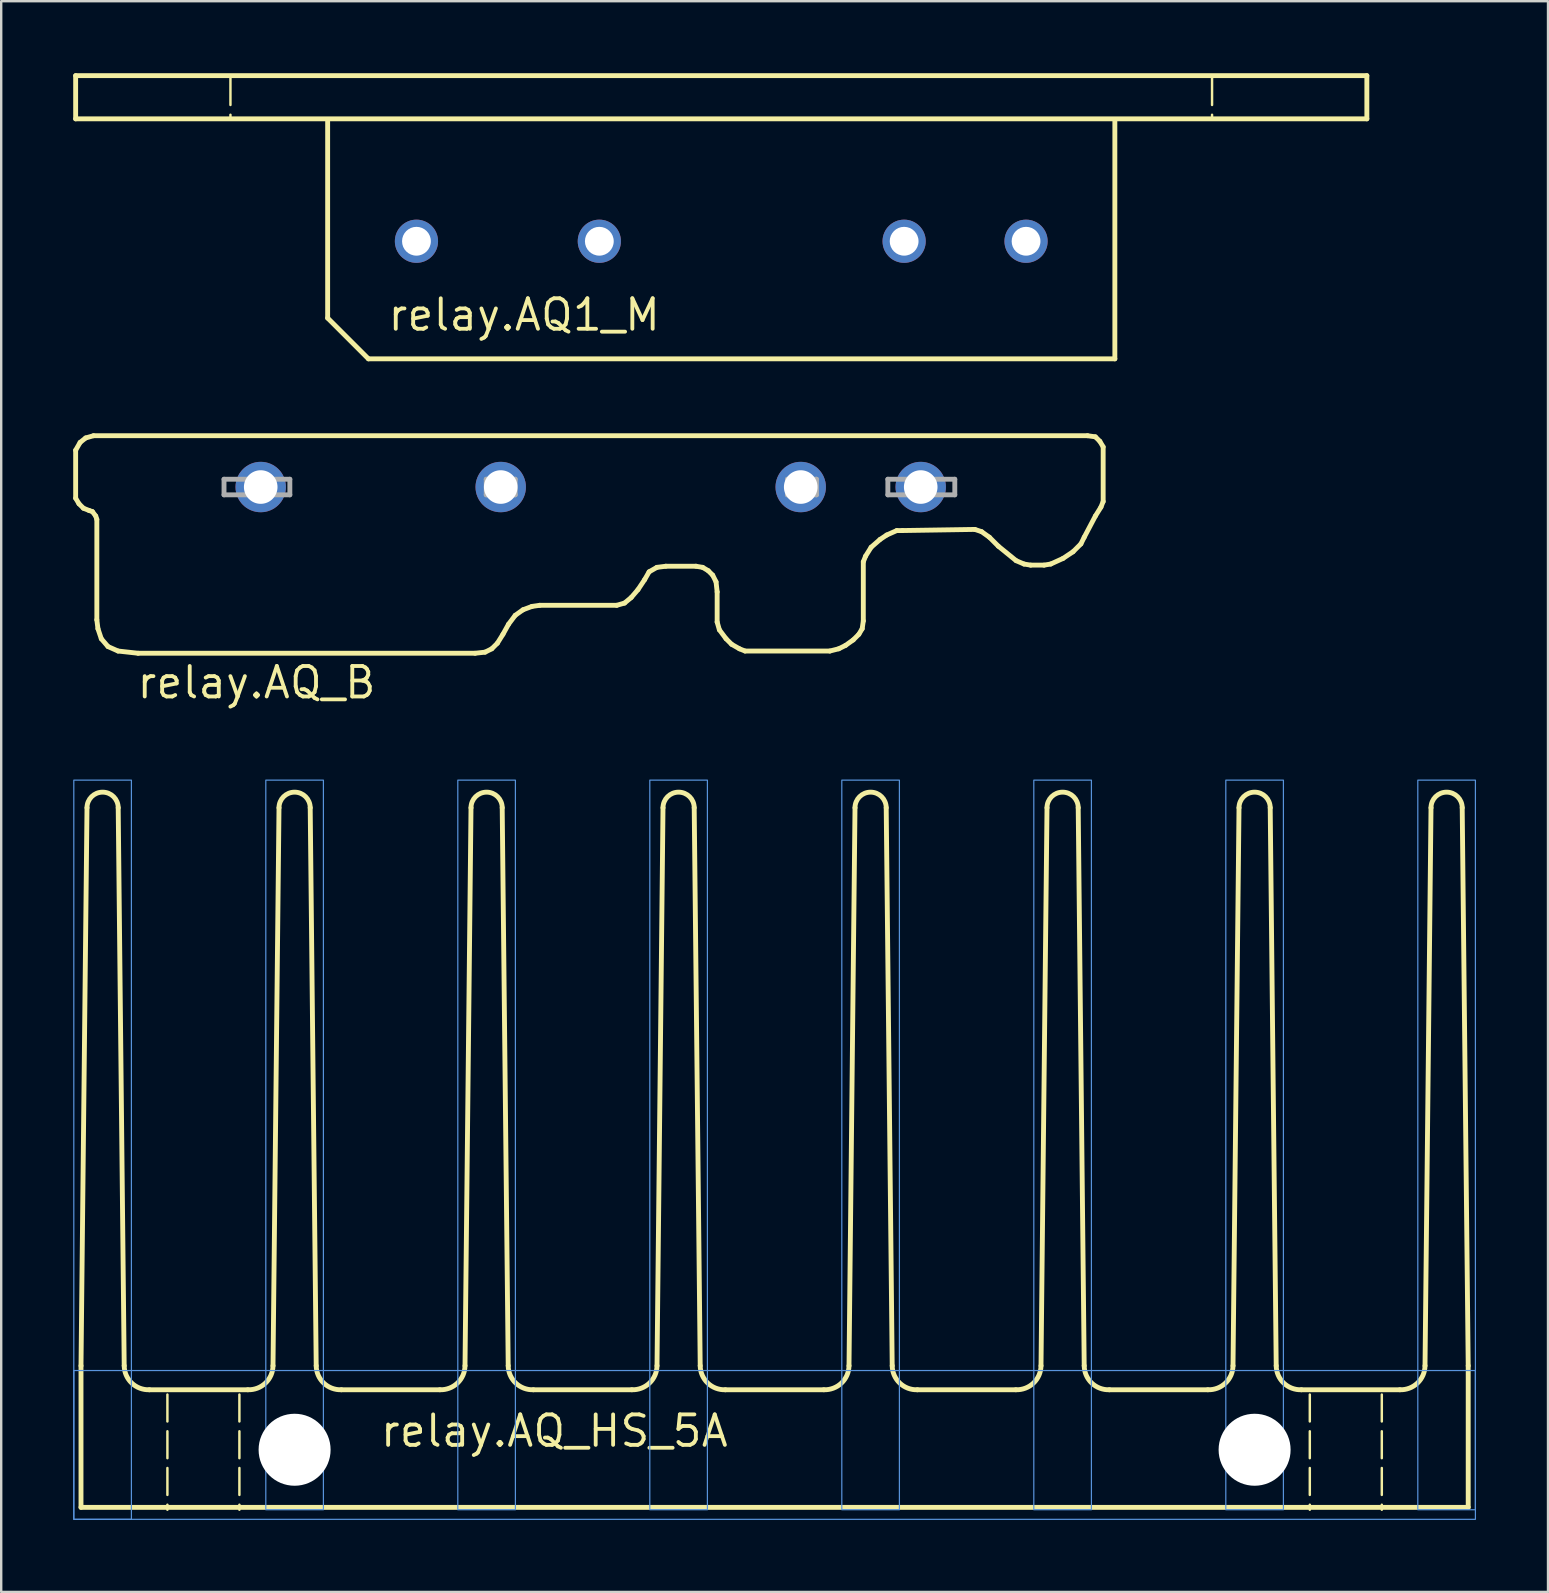
<source format=kicad_pcb>
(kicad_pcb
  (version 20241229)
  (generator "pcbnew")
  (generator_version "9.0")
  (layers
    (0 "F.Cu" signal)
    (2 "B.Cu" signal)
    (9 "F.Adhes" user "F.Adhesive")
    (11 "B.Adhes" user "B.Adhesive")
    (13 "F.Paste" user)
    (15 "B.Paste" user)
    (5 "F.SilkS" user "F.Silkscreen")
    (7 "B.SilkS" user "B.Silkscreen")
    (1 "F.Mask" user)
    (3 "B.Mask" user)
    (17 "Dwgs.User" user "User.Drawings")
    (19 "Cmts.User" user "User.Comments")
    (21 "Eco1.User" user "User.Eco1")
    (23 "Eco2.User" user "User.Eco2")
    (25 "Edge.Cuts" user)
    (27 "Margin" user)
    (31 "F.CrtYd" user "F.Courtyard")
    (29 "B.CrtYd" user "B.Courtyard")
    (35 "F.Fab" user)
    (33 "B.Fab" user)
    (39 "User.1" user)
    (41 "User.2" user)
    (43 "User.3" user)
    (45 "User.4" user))
  (footprint "relay.AQ_HS_5A"
    (layer "F.Cu")
    (at 29.225 59.856)
    (property "Reference" "relay.AQ_HS_5A" (at -16.51 -2.54 0) (layer "F.SilkS") (effects (font (size 1.27 1.27) (thickness 0.16)) (justify left bottom)))
    (fp_line (start -28.9 -6) (end -28.9 -0.1) (stroke (width 0.203) (type default)) (layer "F.SilkS"))
    (fp_line (start -28.9 -6) (end -28.65 -29.25) (stroke (width 0.203) (type default)) (layer "F.SilkS"))
    (fp_line (start -27.35 -29.25) (end -27.1 -6) (stroke (width 0.203) (type default)) (layer "F.SilkS"))
    (fp_line (start -26.05 -5) (end -21.95 -5) (stroke (width 0.203) (type default)) (layer "F.SilkS"))
    (fp_line (start -25.3 -4.8) (end -25.3 0) (stroke (width 0.102) (type dash)) (layer "F.SilkS"))
    (fp_line (start -22.3 -4.8) (end -22.3 0) (stroke (width 0.102) (type dash)) (layer "F.SilkS"))
    (fp_line (start -20.9 -6) (end -20.65 -29.25) (stroke (width 0.203) (type default)) (layer "F.SilkS"))
    (fp_line (start -19.35 -29.25) (end -19.1 -6) (stroke (width 0.203) (type default)) (layer "F.SilkS"))
    (fp_line (start -18.05 -5) (end -13.95 -5) (stroke (width 0.203) (type default)) (layer "F.SilkS"))
    (fp_line (start -12.9 -6) (end -12.65 -29.25) (stroke (width 0.203) (type default)) (layer "F.SilkS"))
    (fp_line (start -11.35 -29.25) (end -11.1 -6) (stroke (width 0.203) (type default)) (layer "F.SilkS"))
    (fp_line (start -10.05 -5) (end -5.95 -5) (stroke (width 0.203) (type default)) (layer "F.SilkS"))
    (fp_line (start -4.9 -6) (end -4.65 -29.25) (stroke (width 0.203) (type default)) (layer "F.SilkS"))
    (fp_line (start -3.35 -29.25) (end -3.1 -6) (stroke (width 0.203) (type default)) (layer "F.SilkS"))
    (fp_line (start -2.05 -5) (end 2.05 -5) (stroke (width 0.203) (type default)) (layer "F.SilkS"))
    (fp_line (start 3.1 -6) (end 3.35 -29.25) (stroke (width 0.203) (type default)) (layer "F.SilkS"))
    (fp_line (start 4.65 -29.25) (end 4.9 -6) (stroke (width 0.203) (type default)) (layer "F.SilkS"))
    (fp_line (start 5.95 -5) (end 10.05 -5) (stroke (width 0.203) (type default)) (layer "F.SilkS"))
    (fp_line (start 11.1 -6) (end 11.35 -29.25) (stroke (width 0.203) (type default)) (layer "F.SilkS"))
    (fp_line (start 12.65 -29.25) (end 12.9 -6) (stroke (width 0.203) (type default)) (layer "F.SilkS"))
    (fp_line (start 13.95 -5) (end 18.05 -5) (stroke (width 0.203) (type default)) (layer "F.SilkS"))
    (fp_line (start 19.1 -6) (end 19.35 -29.25) (stroke (width 0.203) (type default)) (layer "F.SilkS"))
    (fp_line (start 20.65 -29.25) (end 20.9 -6) (stroke (width 0.203) (type default)) (layer "F.SilkS"))
    (fp_line (start 21.95 -5) (end 26.05 -5) (stroke (width 0.203) (type default)) (layer "F.SilkS"))
    (fp_line (start 22.3 -4.8) (end 22.3 0) (stroke (width 0.102) (type dash)) (layer "F.SilkS"))
    (fp_line (start 25.3 -4.8) (end 25.3 0) (stroke (width 0.102) (type dash)) (layer "F.SilkS"))
    (fp_line (start 27.1 -6) (end 27.35 -29.25) (stroke (width 0.203) (type default)) (layer "F.SilkS"))
    (fp_line (start 28.65 -29.25) (end 28.9 -6) (stroke (width 0.203) (type default)) (layer "F.SilkS"))
    (fp_line (start 28.9 -6) (end 28.9 -0.1) (stroke (width 0.203) (type default)) (layer "F.SilkS"))
    (fp_line (start 28.9 -0.1) (end -28.9 -0.1) (stroke (width 0.203) (type default)) (layer "F.SilkS"))
    (fp_arc (start -28.65 -29.25) (mid -28 -29.893236) (end -27.35 -29.25) (stroke (width 0.2032) (type default)) (layer "F.SilkS"))
    (fp_arc (start -26.05 -5) (mid -26.786105 -5.27834) (end -27.1 -6) (stroke (width 0.2032) (type default)) (layer "F.SilkS"))
    (fp_arc (start -20.9 -6) (mid -21.213895 -5.27834) (end -21.95 -5) (stroke (width 0.2032) (type default)) (layer "F.SilkS"))
    (fp_arc (start -20.65 -29.25) (mid -20 -29.893236) (end -19.35 -29.25) (stroke (width 0.2032) (type default)) (layer "F.SilkS"))
    (fp_arc (start -18.05 -5) (mid -18.786105 -5.27834) (end -19.1 -6) (stroke (width 0.2032) (type default)) (layer "F.SilkS"))
    (fp_arc (start -12.9 -6) (mid -13.213895 -5.27834) (end -13.95 -5) (stroke (width 0.2032) (type default)) (layer "F.SilkS"))
    (fp_arc (start -12.65 -29.25) (mid -12 -29.893236) (end -11.35 -29.25) (stroke (width 0.2032) (type default)) (layer "F.SilkS"))
    (fp_arc (start -10.05 -5) (mid -10.786105 -5.27834) (end -11.1 -6) (stroke (width 0.2032) (type default)) (layer "F.SilkS"))
    (fp_arc (start -4.9 -6) (mid -5.213895 -5.27834) (end -5.95 -5) (stroke (width 0.2032) (type default)) (layer "F.SilkS"))
    (fp_arc (start -4.65 -29.25) (mid -4 -29.893236) (end -3.35 -29.25) (stroke (width 0.2032) (type default)) (layer "F.SilkS"))
    (fp_arc (start -2.05 -5) (mid -2.786105 -5.27834) (end -3.1 -6) (stroke (width 0.2032) (type default)) (layer "F.SilkS"))
    (fp_arc (start 3.1 -6) (mid 2.786105 -5.27834) (end 2.05 -5) (stroke (width 0.2032) (type default)) (layer "F.SilkS"))
    (fp_arc (start 3.35 -29.25) (mid 4 -29.893236) (end 4.65 -29.25) (stroke (width 0.2032) (type default)) (layer "F.SilkS"))
    (fp_arc (start 5.95 -5) (mid 5.213895 -5.27834) (end 4.9 -6) (stroke (width 0.2032) (type default)) (layer "F.SilkS"))
    (fp_arc (start 11.1 -6) (mid 10.786105 -5.27834) (end 10.05 -5) (stroke (width 0.2032) (type default)) (layer "F.SilkS"))
    (fp_arc (start 11.35 -29.25) (mid 12 -29.893236) (end 12.65 -29.25) (stroke (width 0.2032) (type default)) (layer "F.SilkS"))
    (fp_arc (start 13.95 -5) (mid 13.213895 -5.27834) (end 12.9 -6) (stroke (width 0.2032) (type default)) (layer "F.SilkS"))
    (fp_arc (start 19.1 -6) (mid 18.786105 -5.27834) (end 18.05 -5) (stroke (width 0.2032) (type default)) (layer "F.SilkS"))
    (fp_arc (start 19.35 -29.25) (mid 20 -29.893236) (end 20.65 -29.25) (stroke (width 0.2032) (type default)) (layer "F.SilkS"))
    (fp_arc (start 21.95 -5) (mid 21.213895 -5.27834) (end 20.9 -6) (stroke (width 0.2032) (type default)) (layer "F.SilkS"))
    (fp_arc (start 27.1 -6) (mid 26.786105 -5.27834) (end 26.05 -5) (stroke (width 0.2032) (type default)) (layer "F.SilkS"))
    (fp_arc (start 27.35 -29.25) (mid 28 -29.893236) (end 28.65 -29.25) (stroke (width 0.2032) (type default)) (layer "F.SilkS"))
    (fp_rect (start -29.2 0.4) (end -26.8 -30.4) (stroke (width 0.05) (type default)) (fill no) (layer "Cmts.User"))
    (fp_rect (start -29.2 0.4) (end 29.2 -5.8) (stroke (width 0.05) (type default)) (fill no) (layer "Cmts.User"))
    (fp_rect (start -21.2 0) (end -18.8 -30.4) (stroke (width 0.05) (type default)) (fill no) (layer "Cmts.User"))
    (fp_rect (start -13.2 0) (end -10.8 -30.4) (stroke (width 0.05) (type default)) (fill no) (layer "Cmts.User"))
    (fp_rect (start -5.2 0) (end -2.8 -30.4) (stroke (width 0.05) (type default)) (fill no) (layer "Cmts.User"))
    (fp_rect (start 2.8 0) (end 5.2 -30.4) (stroke (width 0.05) (type default)) (fill no) (layer "Cmts.User"))
    (fp_rect (start 10.8 0) (end 13.2 -30.4) (stroke (width 0.05) (type default)) (fill no) (layer "Cmts.User"))
    (fp_rect (start 18.8 0) (end 21.2 -30.4) (stroke (width 0.05) (type default)) (fill no) (layer "Cmts.User"))
    (fp_rect (start 26.8 0) (end 29.2 -30.4) (stroke (width 0.05) (type default)) (fill no) (layer "Cmts.User"))
    (pad "" np_thru_hole circle (at -20 -2.5) (size 3 3) (drill 3) (layers "*.Cu" "*.Mask"))
    (pad "" np_thru_hole circle (at 20 -2.5) (size 3 3) (drill 3) (layers "*.Cu" "*.Mask")))
  (footprint "relay.AQ_B"
    (layer "F.Cu")
    (at 20.353 17.243)
    (property "Reference" "relay.AQ_B" (at -17.78 8.89 0) (layer "F.SilkS") (effects (font (size 1.27 1.27) (thickness 0.16)) (justify left bottom)))
    (attr through_hole)
    (fp_line (start -20.251 -1.534) (end -20.251 0.465) (stroke (width 0.203) (type default)) (layer "F.SilkS"))
    (fp_line (start -20.251 0.465) (end -20.112 0.697) (stroke (width 0.203) (type default)) (layer "F.SilkS"))
    (fp_line (start -20.112 0.697) (end -19.926 0.883) (stroke (width 0.203) (type default)) (layer "F.SilkS"))
    (fp_line (start -20.065 -1.859) (end -20.251 -1.534) (stroke (width 0.203) (type default)) (layer "F.SilkS"))
    (fp_line (start -19.926 0.883) (end -19.693 0.976) (stroke (width 0.203) (type default)) (layer "F.SilkS"))
    (fp_line (start -19.833 -2.045) (end -20.065 -1.859) (stroke (width 0.203) (type default)) (layer "F.SilkS"))
    (fp_line (start -19.693 0.976) (end -19.554 1.023) (stroke (width 0.203) (type default)) (layer "F.SilkS"))
    (fp_line (start -19.554 1.023) (end -19.414 1.209) (stroke (width 0.203) (type default)) (layer "F.SilkS"))
    (fp_line (start -19.507 -2.138) (end -19.833 -2.045) (stroke (width 0.203) (type default)) (layer "F.SilkS"))
    (fp_line (start -19.414 1.209) (end -19.368 1.348) (stroke (width 0.203) (type default)) (layer "F.SilkS"))
    (fp_line (start -19.368 1.348) (end -19.368 5.532) (stroke (width 0.203) (type default)) (layer "F.SilkS"))
    (fp_line (start -19.368 5.532) (end -19.322 5.904) (stroke (width 0.203) (type default)) (layer "F.SilkS"))
    (fp_line (start -19.322 5.904) (end -19.182 6.322) (stroke (width 0.203) (type default)) (layer "F.SilkS"))
    (fp_line (start -19.182 6.322) (end -18.903 6.647) (stroke (width 0.203) (type default)) (layer "F.SilkS"))
    (fp_line (start -18.903 6.647) (end -18.485 6.833) (stroke (width 0.203) (type default)) (layer "F.SilkS"))
    (fp_line (start -18.485 6.833) (end -17.648 6.926) (stroke (width 0.203) (type default)) (layer "F.SilkS"))
    (fp_line (start -17.648 6.926) (end -3.609 6.926) (stroke (width 0.203) (type default)) (layer "F.SilkS"))
    (fp_line (start -3.609 6.926) (end -3.191 6.88) (stroke (width 0.203) (type default)) (layer "F.SilkS"))
    (fp_line (start -3.191 6.88) (end -2.912 6.74) (stroke (width 0.203) (type default)) (layer "F.SilkS"))
    (fp_line (start -2.912 6.74) (end -2.679 6.508) (stroke (width 0.203) (type default)) (layer "F.SilkS"))
    (fp_line (start -2.679 6.508) (end -2.447 6.136) (stroke (width 0.203) (type default)) (layer "F.SilkS"))
    (fp_line (start -2.447 6.136) (end -2.215 5.718) (stroke (width 0.203) (type default)) (layer "F.SilkS"))
    (fp_line (start -2.215 5.718) (end -1.936 5.346) (stroke (width 0.203) (type default)) (layer "F.SilkS"))
    (fp_line (start -1.936 5.346) (end -1.61 5.114) (stroke (width 0.203) (type default)) (layer "F.SilkS"))
    (fp_line (start -1.61 5.114) (end -1.238 4.974) (stroke (width 0.203) (type default)) (layer "F.SilkS"))
    (fp_line (start -1.238 4.974) (end -0.913 4.928) (stroke (width 0.203) (type default)) (layer "F.SilkS"))
    (fp_line (start -0.913 4.928) (end 2.295 4.928) (stroke (width 0.203) (type default)) (layer "F.SilkS"))
    (fp_line (start 2.295 4.928) (end 2.62 4.835) (stroke (width 0.203) (type default)) (layer "F.SilkS"))
    (fp_line (start 2.62 4.835) (end 2.899 4.602) (stroke (width 0.203) (type default)) (layer "F.SilkS"))
    (fp_line (start 2.899 4.602) (end 3.178 4.277) (stroke (width 0.203) (type default)) (layer "F.SilkS"))
    (fp_line (start 3.178 4.277) (end 3.457 3.858) (stroke (width 0.203) (type default)) (layer "F.SilkS"))
    (fp_line (start 3.457 3.858) (end 3.643 3.533) (stroke (width 0.203) (type default)) (layer "F.SilkS"))
    (fp_line (start 3.643 3.533) (end 3.968 3.347) (stroke (width 0.203) (type default)) (layer "F.SilkS"))
    (fp_line (start 3.968 3.347) (end 4.34 3.3) (stroke (width 0.203) (type default)) (layer "F.SilkS"))
    (fp_line (start 4.34 3.3) (end 5.595 3.3) (stroke (width 0.203) (type default)) (layer "F.SilkS"))
    (fp_line (start 5.595 3.3) (end 5.874 3.347) (stroke (width 0.203) (type default)) (layer "F.SilkS"))
    (fp_line (start 5.874 3.347) (end 6.106 3.486) (stroke (width 0.203) (type default)) (layer "F.SilkS"))
    (fp_line (start 6.106 3.486) (end 6.292 3.672) (stroke (width 0.203) (type default)) (layer "F.SilkS"))
    (fp_line (start 6.292 3.672) (end 6.432 3.951) (stroke (width 0.203) (type default)) (layer "F.SilkS"))
    (fp_line (start 6.432 3.951) (end 6.478 4.37) (stroke (width 0.203) (type default)) (layer "F.SilkS"))
    (fp_line (start 6.478 4.37) (end 6.478 5.625) (stroke (width 0.203) (type default)) (layer "F.SilkS"))
    (fp_line (start 6.478 5.625) (end 6.571 5.95) (stroke (width 0.203) (type default)) (layer "F.SilkS"))
    (fp_line (start 6.571 5.95) (end 6.85 6.322) (stroke (width 0.203) (type default)) (layer "F.SilkS"))
    (fp_line (start 6.85 6.322) (end 7.083 6.554) (stroke (width 0.203) (type default)) (layer "F.SilkS"))
    (fp_line (start 7.083 6.554) (end 7.408 6.74) (stroke (width 0.203) (type default)) (layer "F.SilkS"))
    (fp_line (start 7.408 6.74) (end 7.64 6.833) (stroke (width 0.203) (type default)) (layer "F.SilkS"))
    (fp_line (start 7.64 6.833) (end 11.173 6.833) (stroke (width 0.203) (type default)) (layer "F.SilkS"))
    (fp_line (start 11.173 6.833) (end 11.545 6.74) (stroke (width 0.203) (type default)) (layer "F.SilkS"))
    (fp_line (start 11.545 6.74) (end 11.824 6.601) (stroke (width 0.203) (type default)) (layer "F.SilkS"))
    (fp_line (start 11.824 6.601) (end 12.149 6.369) (stroke (width 0.203) (type default)) (layer "F.SilkS"))
    (fp_line (start 12.149 6.369) (end 12.382 6.136) (stroke (width 0.203) (type default)) (layer "F.SilkS"))
    (fp_line (start 12.382 6.136) (end 12.521 5.904) (stroke (width 0.203) (type default)) (layer "F.SilkS"))
    (fp_line (start 12.521 5.904) (end 12.568 5.578) (stroke (width 0.203) (type default)) (layer "F.SilkS"))
    (fp_line (start 12.568 3.115) (end 12.661 2.882) (stroke (width 0.203) (type default)) (layer "F.SilkS"))
    (fp_line (start 12.568 5.578) (end 12.568 3.115) (stroke (width 0.203) (type default)) (layer "F.SilkS"))
    (fp_line (start 12.661 2.882) (end 12.893 2.51) (stroke (width 0.203) (type default)) (layer "F.SilkS"))
    (fp_line (start 12.893 2.51) (end 13.265 2.185) (stroke (width 0.203) (type default)) (layer "F.SilkS"))
    (fp_line (start 13.265 2.185) (end 13.544 1.999) (stroke (width 0.203) (type default)) (layer "F.SilkS"))
    (fp_line (start 13.544 1.999) (end 13.963 1.813) (stroke (width 0.203) (type default)) (layer "F.SilkS"))
    (fp_line (start 13.963 1.813) (end 14.195 1.813) (stroke (width 0.203) (type default)) (layer "F.SilkS"))
    (fp_line (start 14.195 1.813) (end 17.216 1.766) (stroke (width 0.203) (type default)) (layer "F.SilkS"))
    (fp_line (start 17.216 1.766) (end 17.495 1.859) (stroke (width 0.203) (type default)) (layer "F.SilkS"))
    (fp_line (start 17.495 1.859) (end 17.821 2.092) (stroke (width 0.203) (type default)) (layer "F.SilkS"))
    (fp_line (start 17.821 2.092) (end 18.193 2.464) (stroke (width 0.203) (type default)) (layer "F.SilkS"))
    (fp_line (start 18.193 2.464) (end 18.936 3.068) (stroke (width 0.203) (type default)) (layer "F.SilkS"))
    (fp_line (start 18.936 3.068) (end 19.262 3.208) (stroke (width 0.203) (type default)) (layer "F.SilkS"))
    (fp_line (start 19.262 3.208) (end 19.541 3.254) (stroke (width 0.203) (type default)) (layer "F.SilkS"))
    (fp_line (start 19.541 3.254) (end 20.099 3.254) (stroke (width 0.203) (type default)) (layer "F.SilkS"))
    (fp_line (start 20.099 3.254) (end 20.378 3.208) (stroke (width 0.203) (type default)) (layer "F.SilkS"))
    (fp_line (start 20.378 3.208) (end 20.889 2.975) (stroke (width 0.203) (type default)) (layer "F.SilkS"))
    (fp_line (start 20.889 2.975) (end 21.307 2.696) (stroke (width 0.203) (type default)) (layer "F.SilkS"))
    (fp_line (start 21.307 2.696) (end 21.633 2.371) (stroke (width 0.203) (type default)) (layer "F.SilkS"))
    (fp_line (start 21.633 2.371) (end 21.772 2.092) (stroke (width 0.203) (type default)) (layer "F.SilkS"))
    (fp_line (start 21.772 2.092) (end 22.237 1.209) (stroke (width 0.203) (type default)) (layer "F.SilkS"))
    (fp_line (start 21.912 -2.138) (end -19.507 -2.138) (stroke (width 0.203) (type default)) (layer "F.SilkS"))
    (fp_line (start 22.237 -2.092) (end 21.912 -2.138) (stroke (width 0.203) (type default)) (layer "F.SilkS"))
    (fp_line (start 22.237 1.209) (end 22.469 0.837) (stroke (width 0.203) (type default)) (layer "F.SilkS"))
    (fp_line (start 22.423 -1.906) (end 22.237 -2.092) (stroke (width 0.203) (type default)) (layer "F.SilkS"))
    (fp_line (start 22.469 0.837) (end 22.562 0.604) (stroke (width 0.203) (type default)) (layer "F.SilkS"))
    (fp_line (start 22.562 -1.673) (end 22.423 -1.906) (stroke (width 0.203) (type default)) (layer "F.SilkS"))
    (fp_line (start 22.562 0.604) (end 22.562 -1.673) (stroke (width 0.203) (type default)) (layer "F.SilkS"))
    (fp_line (start -14.069 -0.325) (end -14.069 0.325) (stroke (width 0.203) (type default)) (layer "F.Fab"))
    (fp_line (start -14.069 0.325) (end -11.326 0.325) (stroke (width 0.203) (type default)) (layer "F.Fab"))
    (fp_line (start -11.326 -0.325) (end -14.069 -0.325) (stroke (width 0.203) (type default)) (layer "F.Fab"))
    (fp_line (start -11.326 0.325) (end -11.326 -0.325) (stroke (width 0.203) (type default)) (layer "F.Fab"))
    (fp_line (start -3.144 -0.325) (end -3.144 0.325) (stroke (width 0.203) (type default)) (layer "F.Fab"))
    (fp_line (start -3.144 0.325) (end -1.936 0.325) (stroke (width 0.203) (type default)) (layer "F.Fab"))
    (fp_line (start -1.936 -0.325) (end -3.144 -0.325) (stroke (width 0.203) (type default)) (layer "F.Fab"))
    (fp_line (start -1.936 0.325) (end -1.936 -0.325) (stroke (width 0.203) (type default)) (layer "F.Fab"))
    (fp_line (start 9.407 -0.325) (end 9.407 0.325) (stroke (width 0.203) (type default)) (layer "F.Fab"))
    (fp_line (start 9.407 0.325) (end 10.616 0.325) (stroke (width 0.203) (type default)) (layer "F.Fab"))
    (fp_line (start 10.616 -0.325) (end 9.407 -0.325) (stroke (width 0.203) (type default)) (layer "F.Fab"))
    (fp_line (start 10.616 0.325) (end 10.616 -0.325) (stroke (width 0.203) (type default)) (layer "F.Fab"))
    (fp_line (start 13.591 -0.325) (end 13.591 0.325) (stroke (width 0.203) (type default)) (layer "F.Fab"))
    (fp_line (start 13.591 0.325) (end 16.38 0.325) (stroke (width 0.203) (type default)) (layer "F.Fab"))
    (fp_line (start 16.38 -0.325) (end 13.591 -0.325) (stroke (width 0.203) (type default)) (layer "F.Fab"))
    (fp_line (start 16.38 0.325) (end 16.38 -0.325) (stroke (width 0.203) (type default)) (layer "F.Fab"))
    (pad "1" thru_hole circle (at -12.54 0) (size 2.1 2.1) (drill 1.4) (layers "*.Cu" "*.Mask"))
    (pad "2" thru_hole circle (at -2.54 0) (size 2.1 2.1) (drill 1.4) (layers "*.Cu" "*.Mask"))
    (pad "3" thru_hole circle (at 9.96 0) (size 2.1 2.1) (drill 1.4) (layers "*.Cu" "*.Mask"))
    (pad "4" thru_hole circle (at 14.96 0) (size 2.1 2.1) (drill 1.4) (layers "*.Cu" "*.Mask")))
  (footprint "relay.AQ1_M"
    (layer "F.Cu")
    (at 27.002 7.002)
    (property "Reference" "relay.AQ1_M" (at -13.97 3.81 0) (layer "F.SilkS") (effects (font (size 1.27 1.27) (thickness 0.16)) (justify left bottom)))
    (attr through_hole)
    (fp_line (start -26.9 -6.9) (end -26.9 -5.1) (stroke (width 0.203) (type default)) (layer "F.SilkS"))
    (fp_line (start -26.9 -6.9) (end 26.9 -6.9) (stroke (width 0.203) (type default)) (layer "F.SilkS"))
    (fp_line (start -26.9 -5.1) (end 26.9 -5.1) (stroke (width 0.203) (type default)) (layer "F.SilkS"))
    (fp_line (start -20.45 -6.8) (end -20.45 -5.2) (stroke (width 0.102) (type dash)) (layer "F.SilkS"))
    (fp_line (start -16.4 3.2) (end -16.4 -5) (stroke (width 0.203) (type default)) (layer "F.SilkS"))
    (fp_line (start -16.4 3.2) (end -14.7 4.9) (stroke (width 0.203) (type default)) (layer "F.SilkS"))
    (fp_line (start 16.4 -5) (end 16.4 4.9) (stroke (width 0.203) (type default)) (layer "F.SilkS"))
    (fp_line (start 16.4 4.9) (end -14.7 4.9) (stroke (width 0.203) (type default)) (layer "F.SilkS"))
    (fp_line (start 20.45 -6.8) (end 20.45 -5.2) (stroke (width 0.102) (type dash)) (layer "F.SilkS"))
    (fp_line (start 26.9 -5.1) (end 26.9 -6.9) (stroke (width 0.203) (type default)) (layer "F.SilkS"))
    (pad "1" thru_hole circle (at -12.7 0) (size 1.8 1.8) (drill 1.2) (layers "*.Cu" "*.Mask"))
    (pad "2" thru_hole circle (at -5.08 0) (size 1.8 1.8) (drill 1.2) (layers "*.Cu" "*.Mask"))
    (pad "3" thru_hole circle (at 7.62 0) (size 1.8 1.8) (drill 1.2) (layers "*.Cu" "*.Mask"))
    (pad "4" thru_hole circle (at 12.7 0) (size 1.8 1.8) (drill 1.2) (layers "*.Cu" "*.Mask")))
  (gr_rect
    (start -3 -3)
    (end 61.45 63.281)
    (stroke (width 0.1) (type default))
    (fill no)
    (layer "Edge.Cuts")))
</source>
